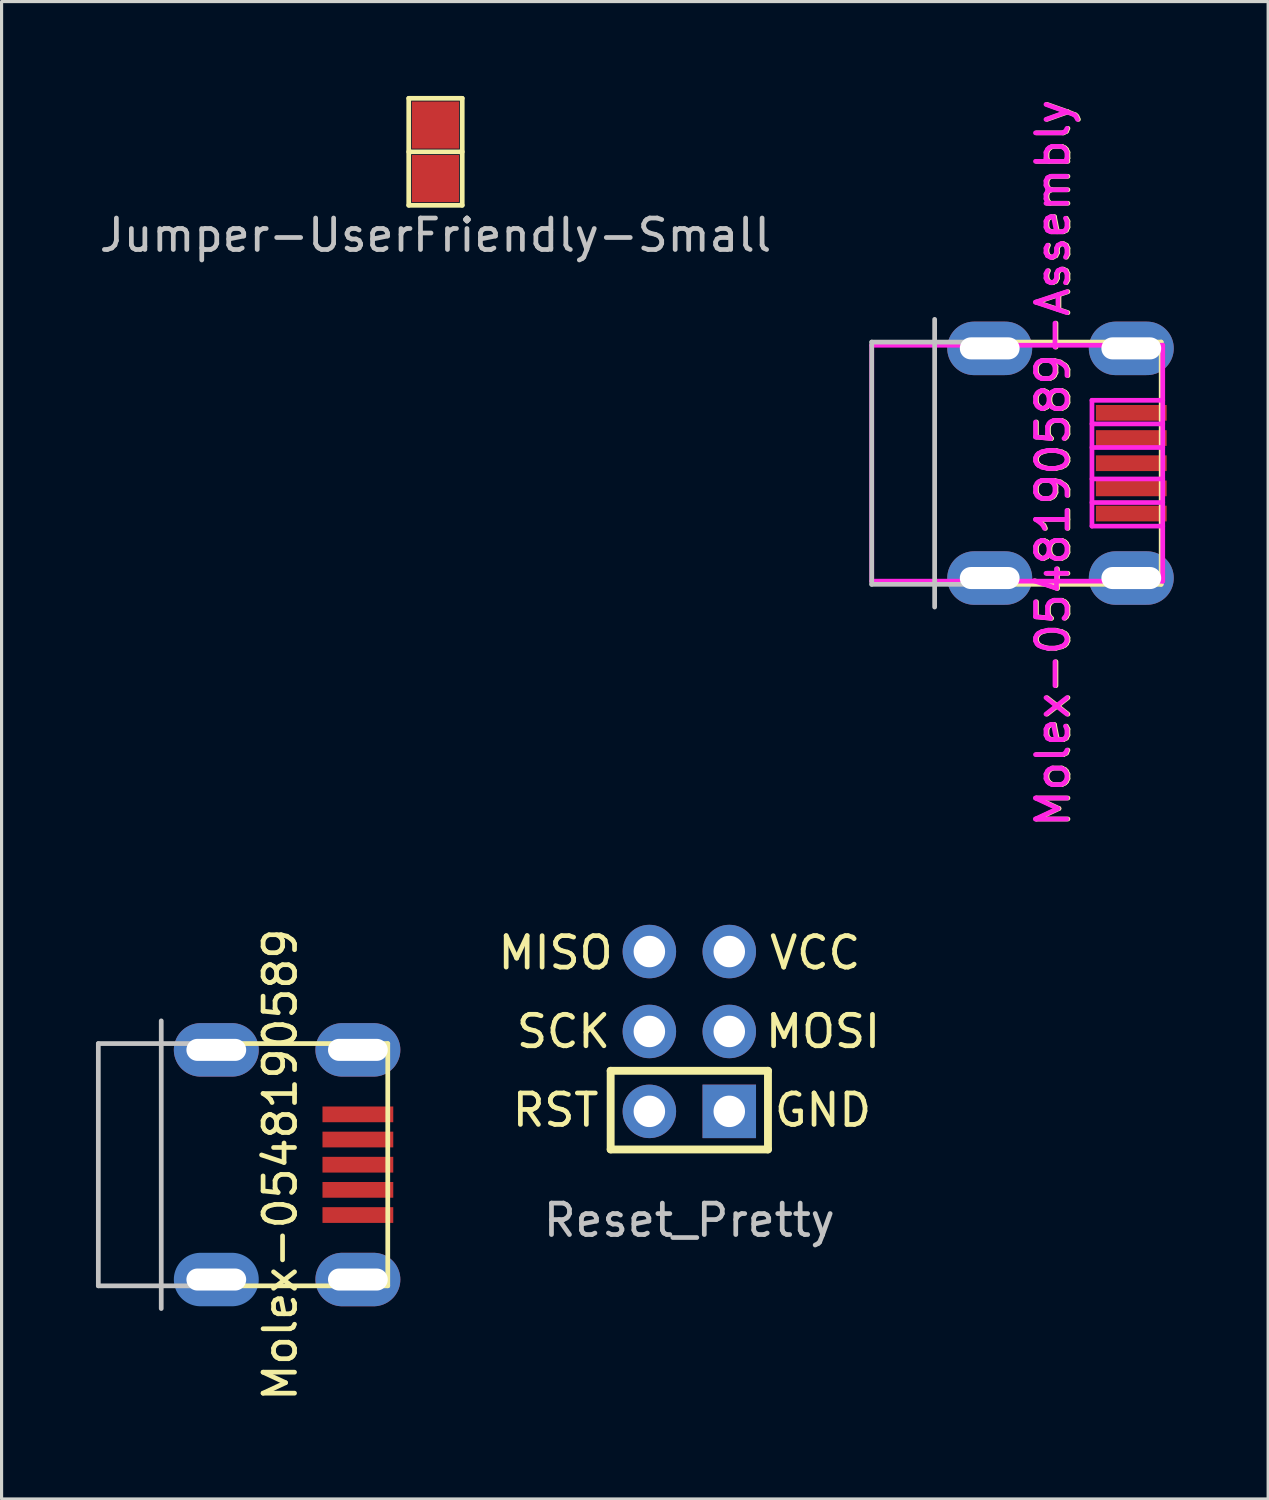
<source format=kicad_pcb>
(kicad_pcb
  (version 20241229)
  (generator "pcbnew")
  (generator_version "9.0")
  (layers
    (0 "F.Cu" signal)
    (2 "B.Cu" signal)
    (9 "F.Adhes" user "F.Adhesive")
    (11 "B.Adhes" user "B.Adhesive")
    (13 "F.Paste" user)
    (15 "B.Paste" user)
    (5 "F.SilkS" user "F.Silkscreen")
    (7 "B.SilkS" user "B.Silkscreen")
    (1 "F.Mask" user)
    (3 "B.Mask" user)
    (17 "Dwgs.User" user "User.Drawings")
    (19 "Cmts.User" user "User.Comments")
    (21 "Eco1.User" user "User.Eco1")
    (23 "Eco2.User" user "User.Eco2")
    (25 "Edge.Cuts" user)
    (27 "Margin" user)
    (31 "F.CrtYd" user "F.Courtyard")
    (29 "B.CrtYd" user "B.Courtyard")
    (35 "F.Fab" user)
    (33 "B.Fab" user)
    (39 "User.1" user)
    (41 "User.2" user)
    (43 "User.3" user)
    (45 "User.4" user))
  (footprint "Reset_Pretty"
    (layer "F.Cu")
    (at 18.86 29.735)
    (property "Reference" "Reset_Pretty" (at 0 6 0) (layer "Dwgs.User") (effects (font (size 1 1) (thickness 0.15))))
    (attr through_hole)
    (fp_line (start -2.5 1.25) (end 2.5 1.25) (stroke (width 0.25) (type solid)) (layer "F.SilkS"))
    (fp_line (start -2.5 3.75) (end -2.5 1.25) (stroke (width 0.25) (type solid)) (layer "F.SilkS"))
    (fp_line (start 2.5 1.25) (end 2.5 3.75) (stroke (width 0.25) (type solid)) (layer "F.SilkS"))
    (fp_line (start 2.5 3.75) (end -2.5 3.75) (stroke (width 0.25) (type solid)) (layer "F.SilkS"))
    (fp_text user "RST" (at -4.25 2.5 0) (layer "F.SilkS") (effects (font (size 1 1) (thickness 0.15))))
    (fp_text user "MISO" (at -4.25 -2.5 0) (layer "F.SilkS") (effects (font (size 1 1) (thickness 0.15))))
    (fp_text user "MOSI" (at 4.25 0 0) (layer "F.SilkS") (effects (font (size 1 1) (thickness 0.15))))
    (fp_text user "SCK" (at -4 0 0) (layer "F.SilkS") (effects (font (size 1 1) (thickness 0.15))))
    (fp_text user "VCC" (at 4 -2.5 0) (layer "F.SilkS") (effects (font (size 1 1) (thickness 0.15))))
    (fp_text user "GND" (at 4.25 2.5 0) (layer "F.SilkS") (effects (font (size 1 1) (thickness 0.15))))
    (pad "1" thru_hole circle (at -1.27 -2.54) (size 1.7 1.7) (drill 1) (layers "*.Cu" "*.Mask"))
    (pad "2" thru_hole circle (at 1.27 -2.54) (size 1.7 1.7) (drill 1) (layers "*.Cu" "*.Mask"))
    (pad "3" thru_hole circle (at -1.27 0) (size 1.7 1.7) (drill 1) (layers "*.Cu" "*.Mask"))
    (pad "4" thru_hole circle (at 1.27 0) (size 1.7 1.7) (drill 1) (layers "*.Cu" "*.Mask"))
    (pad "5" thru_hole circle (at -1.27 2.54) (size 1.7 1.7) (drill 1) (layers "*.Cu" "*.Mask"))
    (pad "6" thru_hole rect (at 1.27 2.54) (size 1.7 1.7) (drill 1) (layers "*.Cu" "*.Mask")))
  (footprint "Molex-0548190589-Assembly"
    (layer "F.Cu")
    (at 28.408 11.673)
    (property "Reference" "Molex-0548190589-Assembly" (at 2.032 0 90) (layer "F.SilkS") (effects (font (size 1 1) (thickness 0.15))))
    (attr smd)
    (fp_line (start 0 -3.85) (end 5.45 -3.85) (stroke (width 0.15) (type solid)) (layer "F.SilkS"))
    (fp_line (start 0 3.85) (end 5.45 3.85) (stroke (width 0.15) (type solid)) (layer "F.SilkS"))
    (fp_line (start 5.45 -3.85) (end 5.45 3.85) (stroke (width 0.15) (type solid)) (layer "F.SilkS"))
    (fp_line (start -3.75 -3.85) (end -3.75 3.85) (stroke (width 0.15) (type solid)) (layer "Dwgs.User"))
    (fp_line (start -3.75 -3.85) (end 0 -3.85) (stroke (width 0.15) (type solid)) (layer "Dwgs.User"))
    (fp_line (start -3.75 3.85) (end 0 3.85) (stroke (width 0.15) (type solid)) (layer "Dwgs.User"))
    (fp_line (start -1.75 -4.572) (end -1.75 4.572) (stroke (width 0.15) (type solid)) (layer "Dwgs.User"))
    (fp_line (start -3.75 -3.75) (end 5.5 -3.75) (stroke (width 0.15) (type solid)) (layer "F.CrtYd"))
    (fp_line (start -3.75 3.75) (end -3.75 -3.75) (stroke (width 0.15) (type solid)) (layer "F.CrtYd"))
    (fp_line (start 3.25 -2) (end 3.25 2) (stroke (width 0.15) (type solid)) (layer "F.CrtYd"))
    (fp_line (start 3.25 -1.25) (end 5.5 -1.25) (stroke (width 0.15) (type solid)) (layer "F.CrtYd"))
    (fp_line (start 3.25 0.5) (end 5.5 0.5) (stroke (width 0.15) (type solid)) (layer "F.CrtYd"))
    (fp_line (start 3.25 2) (end 5.5 2) (stroke (width 0.15) (type solid)) (layer "F.CrtYd"))
    (fp_line (start 5.5 -3.75) (end 5.5 3.75) (stroke (width 0.15) (type solid)) (layer "F.CrtYd"))
    (fp_line (start 5.5 -2) (end 3.25 -2) (stroke (width 0.15) (type solid)) (layer "F.CrtYd"))
    (fp_line (start 5.5 -0.5) (end 3.25 -0.5) (stroke (width 0.15) (type solid)) (layer "F.CrtYd"))
    (fp_line (start 5.5 1.25) (end 3.25 1.25) (stroke (width 0.15) (type solid)) (layer "F.CrtYd"))
    (fp_line (start 5.5 3.75) (end -3.75 3.75) (stroke (width 0.15) (type solid)) (layer "F.CrtYd"))
    (fp_text user "${REFERENCE}" (at 2 0 90) (layer "F.CrtYd") (effects (font (size 1 1) (thickness 0.15))))
    (pad "1" smd rect (at 4.5 1.6) (size 2.25 0.5) (layers "F.Cu" "F.Mask" "F.Paste"))
    (pad "2" smd rect (at 4.5 0.8) (size 2.25 0.5) (layers "F.Cu" "F.Mask" "F.Paste"))
    (pad "3" smd rect (at 4.5 0) (size 2.25 0.5) (layers "F.Cu" "F.Mask" "F.Paste"))
    (pad "4" smd rect (at 4.5 -0.8) (size 2.25 0.5) (layers "F.Cu" "F.Mask" "F.Paste"))
    (pad "5" smd rect (at 4.5 -1.6) (size 2.25 0.5) (layers "F.Cu" "F.Mask" "F.Paste"))
    (pad "6" thru_hole oval (at 0 -3.65) (size 2.7 1.7) (drill oval 1.9 0.7) (layers "*.Cu" "*.Mask"))
    (pad "6" thru_hole oval (at 0 3.65) (size 2.7 1.7) (drill oval 1.9 0.7) (layers "*.Cu" "*.Mask"))
    (pad "6" thru_hole oval (at 4.5 -3.65) (size 2.7 1.7) (drill oval 1.9 0.7) (layers "*.Cu" "*.Mask"))
    (pad "6" thru_hole oval (at 4.5 3.65) (size 2.7 1.7) (drill oval 1.9 0.7) (layers "*.Cu" "*.Mask")))
  (footprint "Jumper-UserFriendly-Small"
    (layer "F.Cu")
    (at 10.792 1.775)
    (property "Reference" "Jumper-UserFriendly-Small" (at 0 2.65 0) (layer "Dwgs.User") (effects (font (size 1 1) (thickness 0.15))))
    (attr exclude_from_pos_files exclude_from_bom)
    (fp_line (start -0.85 -1.7) (end -0.85 1.7) (stroke (width 0.15) (type solid)) (layer "F.SilkS"))
    (fp_line (start -0.85 1.7) (end 0.85 1.7) (stroke (width 0.15) (type solid)) (layer "F.SilkS"))
    (fp_line (start 0.85 -1.7) (end -0.85 -1.7) (stroke (width 0.15) (type solid)) (layer "F.SilkS"))
    (fp_line (start 0.85 0) (end -0.85 0) (stroke (width 0.15) (type solid)) (layer "F.SilkS"))
    (fp_line (start 0.85 1.7) (end 0.85 -1.7) (stroke (width 0.15) (type solid)) (layer "F.SilkS"))
    (pad "1" smd rect (at 0 -0.85) (size 1.5 1.5) (layers "F.Cu" "F.Mask"))
    (pad "2" smd rect (at 0 0.85) (size 1.5 1.5) (layers "F.Cu" "F.Mask")))
  (footprint "Molex-0548190589"
    (layer "F.Cu")
    (at 3.825 33.97)
    (property "Reference" "Molex-0548190589" (at 2.032 0 90) (layer "F.SilkS") (effects (font (size 1 1) (thickness 0.15))))
    (attr smd)
    (fp_line (start 0 -3.85) (end 5.45 -3.85) (stroke (width 0.15) (type solid)) (layer "F.SilkS"))
    (fp_line (start 0 3.85) (end 5.45 3.85) (stroke (width 0.15) (type solid)) (layer "F.SilkS"))
    (fp_line (start 5.45 -3.85) (end 5.45 3.85) (stroke (width 0.15) (type solid)) (layer "F.SilkS"))
    (fp_line (start -3.75 -3.85) (end -3.75 3.85) (stroke (width 0.15) (type solid)) (layer "Dwgs.User"))
    (fp_line (start -3.75 -3.85) (end 0 -3.85) (stroke (width 0.15) (type solid)) (layer "Dwgs.User"))
    (fp_line (start -3.75 3.85) (end 0 3.85) (stroke (width 0.15) (type solid)) (layer "Dwgs.User"))
    (fp_line (start -1.75 -4.572) (end -1.75 4.572) (stroke (width 0.15) (type solid)) (layer "Dwgs.User"))
    (pad "" thru_hole oval (at 0 -3.65) (size 2.7 1.7) (drill oval 1.9 0.7) (layers "B.Cu" "B.Mask"))
    (pad "" np_thru_hole oval (at 0 3.65) (size 2.7 1.7) (drill oval 1.9 0.7) (layers "B.Cu" "B.Mask"))
    (pad "" thru_hole oval (at 4.5 -3.65) (size 2.7 1.7) (drill oval 1.9 0.7) (layers "B.Cu" "B.Mask"))
    (pad "" thru_hole oval (at 4.5 3.65) (size 2.7 1.7) (drill oval 1.9 0.7) (layers "B.Cu" "B.Mask"))
    (pad "1" smd rect (at 4.5 1.6) (size 2.25 0.5) (layers "F.Cu" "F.Mask" "F.Paste"))
    (pad "2" smd rect (at 4.5 0.8) (size 2.25 0.5) (layers "F.Cu" "F.Mask" "F.Paste"))
    (pad "3" smd rect (at 4.5 0) (size 2.25 0.5) (layers "F.Cu" "F.Mask" "F.Paste"))
    (pad "4" smd rect (at 4.5 -0.8) (size 2.25 0.5) (layers "F.Cu" "F.Mask" "F.Paste"))
    (pad "5" smd rect (at 4.5 -1.6) (size 2.25 0.5) (layers "F.Cu" "F.Mask" "F.Paste")))
  (gr_rect
    (start -3 -3)
    (end 37.258 44.595)
    (stroke (width 0.1) (type default))
    (fill no)
    (layer "Edge.Cuts")))
</source>
